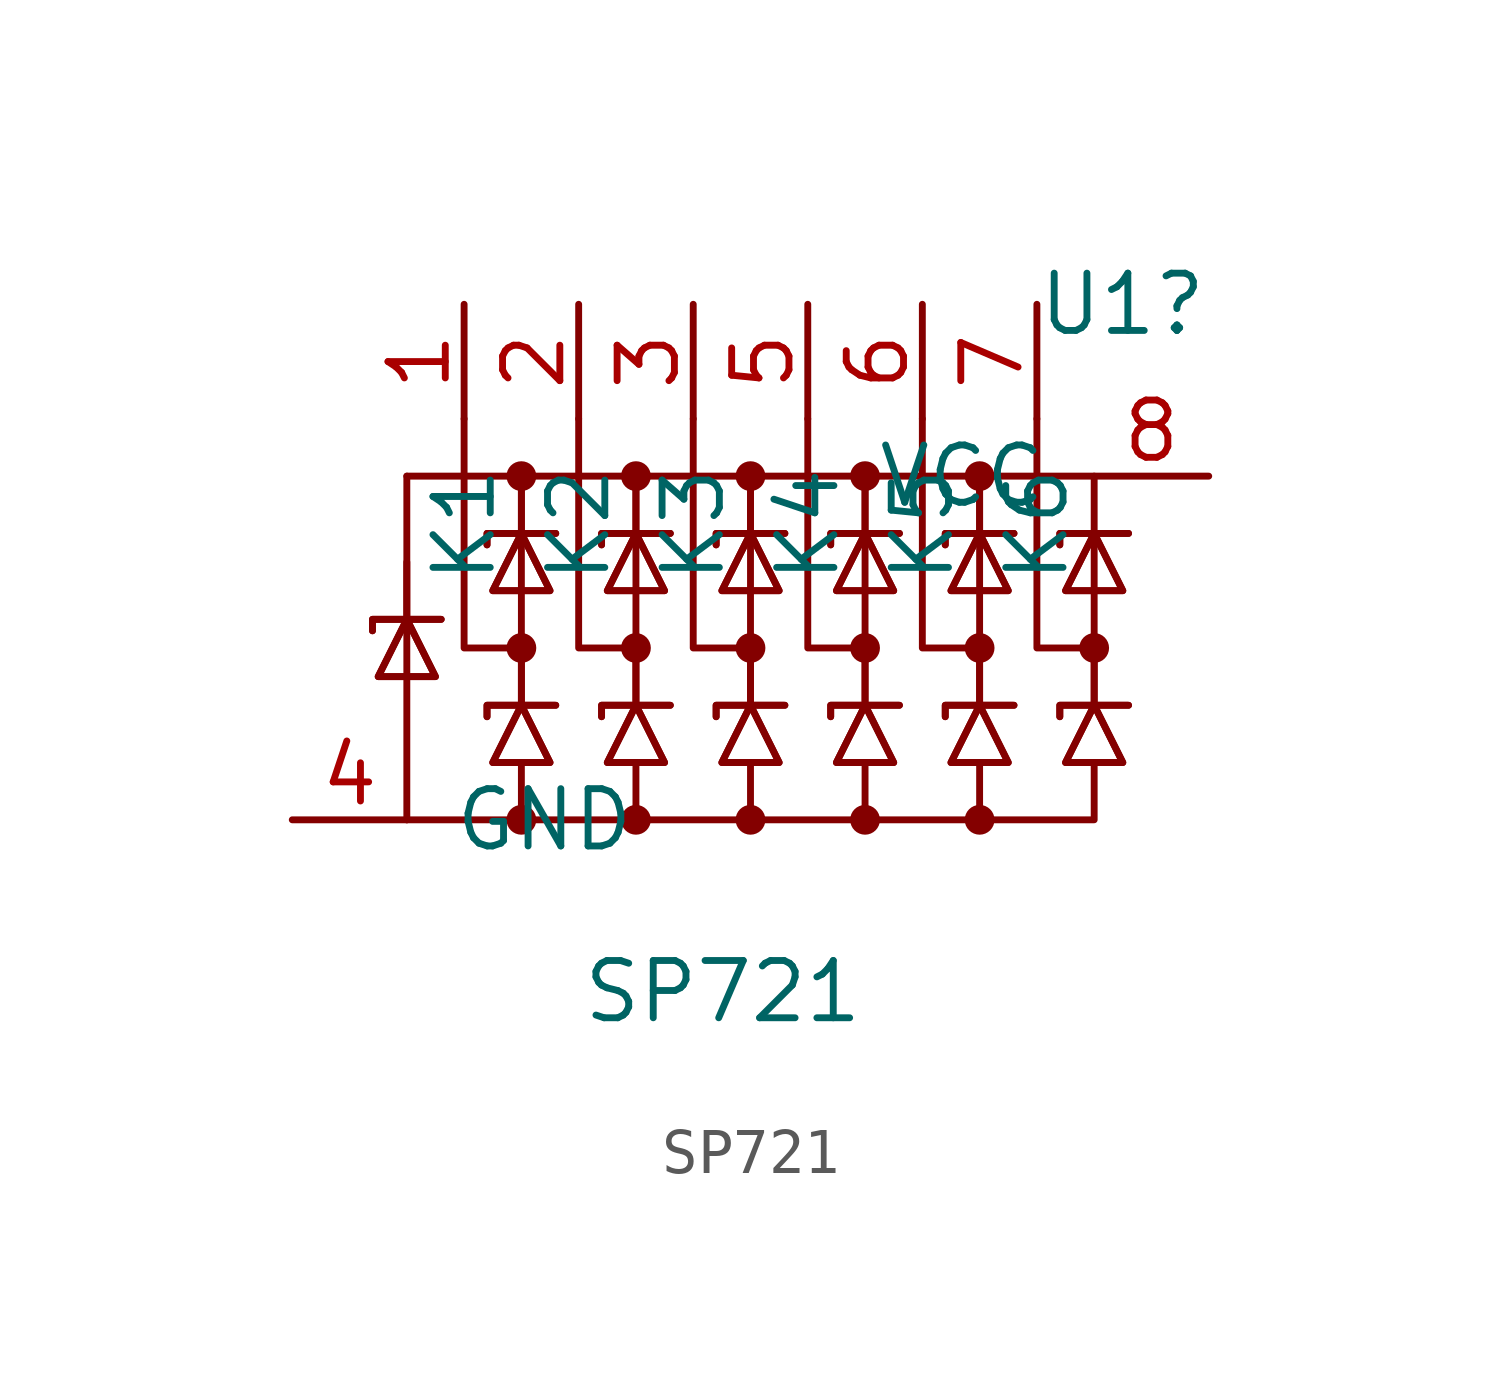
<source format=kicad_sym>
(kicad_symbol_lib
  (version 20220914)
  (generator kicad_symbol_editor)
  (symbol "SP721"
    (pin_names
      (offset 1.016))
    (property "Reference" "U1"
      (at 15.24 -8.89 0)
      (effects (font (size 1.27 1.27)) (justify right)))
    (property "Value" "SP721"
      (at 7.62 -24.13 0)
      (effects (font (size 1.27 1.27)) (justify right)))
    (symbol "SP721_0_1"
      (polyline (pts (xy 0 -19.05) (xy 0 -20.32)) (stroke (width 0) (type default)) (fill (type none)))
      (polyline (pts (xy -2.54 -20.32) (xy 12.7 -20.32) (xy 12.7 -19.05)) (stroke (width 0) (type default)) (fill (type none)))
      (polyline (pts (xy -2.54 -12.7) (xy 12.7 -12.7) (xy 12.7 -13.97)) (stroke (width 0) (type default)) (fill (type none))))
    (symbol "SP721_1_1"
      (circle (center 0 -20.32) (radius 0.254) (stroke (width 0) (type default)) (fill (type outline)))
      (circle (center 0 -16.51) (radius 0.254) (stroke (width 0) (type default)) (fill (type outline)))
      (circle (center 0 -12.7) (radius 0.254) (stroke (width 0) (type default)) (fill (type outline)))
      (polyline (pts (xy -2.54 -15.875) (xy -2.54 -20.32)) (stroke (width 0) (type default)) (fill (type none)))
      (polyline (pts (xy -2.54 -14.605) (xy -2.54 -15.875)) (stroke (width 0) (type default)) (fill (type none)))
      (polyline (pts (xy -2.54 -12.7) (xy -2.54 -15.875)) (stroke (width 0) (type default)) (fill (type none)))
      (polyline (pts (xy 0 -16.51) (xy 0 -17.78)) (stroke (width 0) (type default)) (fill (type none)))
      (polyline (pts (xy 0 -13.97) (xy 0 -17.78)) (stroke (width 0) (type default)) (fill (type none)))
      (polyline (pts (xy 0 -12.7) (xy 0 -13.97)) (stroke (width 0) (type default)) (fill (type none)))
      (polyline (pts (xy 0 -12.7) (xy 0 -13.97)) (stroke (width 0) (type default)) (fill (type none)))
      (polyline (pts (xy 2.54 -19.05) (xy 2.54 -20.32)) (stroke (width 0) (type default)) (fill (type none)))
      (polyline (pts (xy 2.54 -16.51) (xy 2.54 -17.78)) (stroke (width 0) (type default)) (fill (type none)))
      (polyline (pts (xy 2.54 -13.97) (xy 2.54 -17.78)) (stroke (width 0) (type default)) (fill (type none)))
      (polyline (pts (xy 2.54 -12.7) (xy 2.54 -13.97)) (stroke (width 0) (type default)) (fill (type none)))
      (polyline (pts (xy 2.54 -12.7) (xy 2.54 -13.97)) (stroke (width 0) (type default)) (fill (type none)))
      (polyline (pts (xy 5.08 -19.05) (xy 5.08 -20.32)) (stroke (width 0) (type default)) (fill (type none)))
      (polyline (pts (xy 5.08 -16.51) (xy 5.08 -17.78)) (stroke (width 0) (type default)) (fill (type none)))
      (polyline (pts (xy 5.08 -13.97) (xy 5.08 -17.78)) (stroke (width 0) (type default)) (fill (type none)))
      (polyline (pts (xy 5.08 -12.7) (xy 5.08 -13.97)) (stroke (width 0) (type default)) (fill (type none)))
      (polyline (pts (xy 5.08 -12.7) (xy 5.08 -13.97)) (stroke (width 0) (type default)) (fill (type none)))
      (polyline (pts (xy 7.62 -19.05) (xy 7.62 -20.32)) (stroke (width 0) (type default)) (fill (type none)))
      (polyline (pts (xy 7.62 -16.51) (xy 7.62 -17.78)) (stroke (width 0) (type default)) (fill (type none)))
      (polyline (pts (xy 7.62 -13.97) (xy 7.62 -17.78)) (stroke (width 0) (type default)) (fill (type none)))
      (polyline (pts (xy 7.62 -12.7) (xy 7.62 -13.97)) (stroke (width 0) (type default)) (fill (type none)))
      (polyline (pts (xy 7.62 -12.7) (xy 7.62 -13.97)) (stroke (width 0) (type default)) (fill (type none)))
      (polyline (pts (xy 10.16 -19.05) (xy 10.16 -20.32)) (stroke (width 0) (type default)) (fill (type none)))
      (polyline (pts (xy 10.16 -16.51) (xy 10.16 -17.78)) (stroke (width 0) (type default)) (fill (type none)))
      (polyline (pts (xy 10.16 -13.97) (xy 10.16 -17.78)) (stroke (width 0) (type default)) (fill (type none)))
      (polyline (pts (xy 10.16 -12.7) (xy 10.16 -13.97)) (stroke (width 0) (type default)) (fill (type none)))
      (polyline (pts (xy 10.16 -12.7) (xy 10.16 -13.97)) (stroke (width 0) (type default)) (fill (type none)))
      (polyline (pts (xy 12.7 -16.51) (xy 12.7 -17.78)) (stroke (width 0) (type default)) (fill (type none)))
      (polyline (pts (xy 12.7 -13.97) (xy 12.7 -17.78)) (stroke (width 0) (type default)) (fill (type none)))
      (polyline (pts (xy -1.27 -11.43) (xy -1.27 -16.51) (xy 0 -16.51)) (stroke (width 0) (type default)) (fill (type none)))
      (polyline (pts (xy 1.27 -11.43) (xy 1.27 -16.51) (xy 2.54 -16.51)) (stroke (width 0) (type default)) (fill (type none)))
      (polyline (pts (xy 3.81 -11.43) (xy 3.81 -16.51) (xy 5.08 -16.51)) (stroke (width 0) (type default)) (fill (type none)))
      (polyline (pts (xy 6.35 -11.43) (xy 6.35 -16.51) (xy 7.62 -16.51)) (stroke (width 0) (type default)) (fill (type none)))
      (polyline (pts (xy 8.89 -11.43) (xy 8.89 -16.51) (xy 10.16 -16.51)) (stroke (width 0) (type default)) (fill (type none)))
      (polyline (pts (xy 11.43 -11.43) (xy 11.43 -16.51) (xy 12.7 -16.51)) (stroke (width 0) (type default)) (fill (type none)))
      (polyline (pts (xy -3.302 -16.129) (xy -3.302 -15.875) (xy -1.905 -15.875) (xy -1.778 -15.875)) (stroke (width 0) (type default)) (fill (type none)))
      (polyline (pts (xy -3.302 -16.129) (xy -3.302 -15.875) (xy -1.905 -15.875) (xy -1.778 -15.875)) (stroke (width 0) (type default)) (fill (type none)))
      (polyline (pts (xy -2.54 -15.875) (xy -1.905 -17.145) (xy -3.175 -17.145) (xy -2.54 -15.875)) (stroke (width 0) (type default)) (fill (type none)))
      (polyline (pts (xy -2.54 -15.875) (xy -1.905 -17.145) (xy -3.175 -17.145) (xy -2.54 -15.875)) (stroke (width 0) (type default)) (fill (type none)))
      (polyline (pts (xy -0.762 -18.034) (xy -0.762 -17.78) (xy 0.635 -17.78) (xy 0.762 -17.78)) (stroke (width 0) (type default)) (fill (type none)))
      (polyline (pts (xy -0.762 -18.034) (xy -0.762 -17.78) (xy 0.635 -17.78) (xy 0.762 -17.78)) (stroke (width 0) (type default)) (fill (type none)))
      (polyline (pts (xy -0.762 -14.224) (xy -0.762 -13.97) (xy 0.635 -13.97) (xy 0.762 -13.97)) (stroke (width 0) (type default)) (fill (type none)))
      (polyline (pts (xy -0.762 -14.224) (xy -0.762 -13.97) (xy 0.635 -13.97) (xy 0.762 -13.97)) (stroke (width 0) (type default)) (fill (type none)))
      (polyline (pts (xy 0 -17.78) (xy 0.635 -19.05) (xy -0.635 -19.05) (xy 0 -17.78)) (stroke (width 0) (type default)) (fill (type none)))
      (polyline (pts (xy 0 -17.78) (xy 0.635 -19.05) (xy -0.635 -19.05) (xy 0 -17.78)) (stroke (width 0) (type default)) (fill (type none)))
      (polyline (pts (xy 0 -13.97) (xy 0.635 -15.24) (xy -0.635 -15.24) (xy 0 -13.97)) (stroke (width 0) (type default)) (fill (type none)))
      (polyline (pts (xy 0 -13.97) (xy 0.635 -15.24) (xy -0.635 -15.24) (xy 0 -13.97)) (stroke (width 0) (type default)) (fill (type none)))
      (polyline (pts (xy 1.778 -18.034) (xy 1.778 -17.78) (xy 3.175 -17.78) (xy 3.302 -17.78)) (stroke (width 0) (type default)) (fill (type none)))
      (polyline (pts (xy 1.778 -18.034) (xy 1.778 -17.78) (xy 3.175 -17.78) (xy 3.302 -17.78)) (stroke (width 0) (type default)) (fill (type none)))
      (polyline (pts (xy 1.778 -14.224) (xy 1.778 -13.97) (xy 3.175 -13.97) (xy 3.302 -13.97)) (stroke (width 0) (type default)) (fill (type none)))
      (polyline (pts (xy 1.778 -14.224) (xy 1.778 -13.97) (xy 3.175 -13.97) (xy 3.302 -13.97)) (stroke (width 0) (type default)) (fill (type none)))
      (polyline (pts (xy 2.54 -17.78) (xy 3.175 -19.05) (xy 1.905 -19.05) (xy 2.54 -17.78)) (stroke (width 0) (type default)) (fill (type none)))
      (polyline (pts (xy 2.54 -17.78) (xy 3.175 -19.05) (xy 1.905 -19.05) (xy 2.54 -17.78)) (stroke (width 0) (type default)) (fill (type none)))
      (polyline (pts (xy 2.54 -13.97) (xy 3.175 -15.24) (xy 1.905 -15.24) (xy 2.54 -13.97)) (stroke (width 0) (type default)) (fill (type none)))
      (polyline (pts (xy 2.54 -13.97) (xy 3.175 -15.24) (xy 1.905 -15.24) (xy 2.54 -13.97)) (stroke (width 0) (type default)) (fill (type none)))
      (polyline (pts (xy 4.318 -18.034) (xy 4.318 -17.78) (xy 5.715 -17.78) (xy 5.842 -17.78)) (stroke (width 0) (type default)) (fill (type none)))
      (polyline (pts (xy 4.318 -18.034) (xy 4.318 -17.78) (xy 5.715 -17.78) (xy 5.842 -17.78)) (stroke (width 0) (type default)) (fill (type none)))
      (polyline (pts (xy 4.318 -14.224) (xy 4.318 -13.97) (xy 5.715 -13.97) (xy 5.842 -13.97)) (stroke (width 0) (type default)) (fill (type none)))
      (polyline (pts (xy 4.318 -14.224) (xy 4.318 -13.97) (xy 5.715 -13.97) (xy 5.842 -13.97)) (stroke (width 0) (type default)) (fill (type none)))
      (polyline (pts (xy 5.08 -17.78) (xy 5.715 -19.05) (xy 4.445 -19.05) (xy 5.08 -17.78)) (stroke (width 0) (type default)) (fill (type none)))
      (polyline (pts (xy 5.08 -17.78) (xy 5.715 -19.05) (xy 4.445 -19.05) (xy 5.08 -17.78)) (stroke (width 0) (type default)) (fill (type none)))
      (polyline (pts (xy 5.08 -13.97) (xy 5.715 -15.24) (xy 4.445 -15.24) (xy 5.08 -13.97)) (stroke (width 0) (type default)) (fill (type none)))
      (polyline (pts (xy 5.08 -13.97) (xy 5.715 -15.24) (xy 4.445 -15.24) (xy 5.08 -13.97)) (stroke (width 0) (type default)) (fill (type none)))
      (polyline (pts (xy 6.858 -18.034) (xy 6.858 -17.78) (xy 8.255 -17.78) (xy 8.382 -17.78)) (stroke (width 0) (type default)) (fill (type none)))
      (polyline (pts (xy 6.858 -18.034) (xy 6.858 -17.78) (xy 8.255 -17.78) (xy 8.382 -17.78)) (stroke (width 0) (type default)) (fill (type none)))
      (polyline (pts (xy 6.858 -14.224) (xy 6.858 -13.97) (xy 8.255 -13.97) (xy 8.382 -13.97)) (stroke (width 0) (type default)) (fill (type none)))
      (polyline (pts (xy 6.858 -14.224) (xy 6.858 -13.97) (xy 8.255 -13.97) (xy 8.382 -13.97)) (stroke (width 0) (type default)) (fill (type none)))
      (polyline (pts (xy 7.62 -17.78) (xy 8.255 -19.05) (xy 6.985 -19.05) (xy 7.62 -17.78)) (stroke (width 0) (type default)) (fill (type none)))
      (polyline (pts (xy 7.62 -17.78) (xy 8.255 -19.05) (xy 6.985 -19.05) (xy 7.62 -17.78)) (stroke (width 0) (type default)) (fill (type none)))
      (polyline (pts (xy 7.62 -13.97) (xy 8.255 -15.24) (xy 6.985 -15.24) (xy 7.62 -13.97)) (stroke (width 0) (type default)) (fill (type none)))
      (polyline (pts (xy 7.62 -13.97) (xy 8.255 -15.24) (xy 6.985 -15.24) (xy 7.62 -13.97)) (stroke (width 0) (type default)) (fill (type none)))
      (polyline (pts (xy 9.398 -18.034) (xy 9.398 -17.78) (xy 10.795 -17.78) (xy 10.922 -17.78)) (stroke (width 0) (type default)) (fill (type none)))
      (polyline (pts (xy 9.398 -18.034) (xy 9.398 -17.78) (xy 10.795 -17.78) (xy 10.922 -17.78)) (stroke (width 0) (type default)) (fill (type none)))
      (polyline (pts (xy 9.398 -14.224) (xy 9.398 -13.97) (xy 10.795 -13.97) (xy 10.922 -13.97)) (stroke (width 0) (type default)) (fill (type none)))
      (polyline (pts (xy 9.398 -14.224) (xy 9.398 -13.97) (xy 10.795 -13.97) (xy 10.922 -13.97)) (stroke (width 0) (type default)) (fill (type none)))
      (polyline (pts (xy 10.16 -17.78) (xy 10.795 -19.05) (xy 9.525 -19.05) (xy 10.16 -17.78)) (stroke (width 0) (type default)) (fill (type none)))
      (polyline (pts (xy 10.16 -17.78) (xy 10.795 -19.05) (xy 9.525 -19.05) (xy 10.16 -17.78)) (stroke (width 0) (type default)) (fill (type none)))
      (polyline (pts (xy 10.16 -13.97) (xy 10.795 -15.24) (xy 9.525 -15.24) (xy 10.16 -13.97)) (stroke (width 0) (type default)) (fill (type none)))
      (polyline (pts (xy 10.16 -13.97) (xy 10.795 -15.24) (xy 9.525 -15.24) (xy 10.16 -13.97)) (stroke (width 0) (type default)) (fill (type none)))
      (polyline (pts (xy 11.938 -18.034) (xy 11.938 -17.78) (xy 13.335 -17.78) (xy 13.462 -17.78)) (stroke (width 0) (type default)) (fill (type none)))
      (polyline (pts (xy 11.938 -18.034) (xy 11.938 -17.78) (xy 13.335 -17.78) (xy 13.462 -17.78)) (stroke (width 0) (type default)) (fill (type none)))
      (polyline (pts (xy 11.938 -14.224) (xy 11.938 -13.97) (xy 13.335 -13.97) (xy 13.462 -13.97)) (stroke (width 0) (type default)) (fill (type none)))
      (polyline (pts (xy 11.938 -14.224) (xy 11.938 -13.97) (xy 13.335 -13.97) (xy 13.462 -13.97)) (stroke (width 0) (type default)) (fill (type none)))
      (polyline (pts (xy 12.7 -17.78) (xy 13.335 -19.05) (xy 12.065 -19.05) (xy 12.7 -17.78)) (stroke (width 0) (type default)) (fill (type none)))
      (polyline (pts (xy 12.7 -17.78) (xy 13.335 -19.05) (xy 12.065 -19.05) (xy 12.7 -17.78)) (stroke (width 0) (type default)) (fill (type none)))
      (polyline (pts (xy 12.7 -13.97) (xy 13.335 -15.24) (xy 12.065 -15.24) (xy 12.7 -13.97)) (stroke (width 0) (type default)) (fill (type none)))
      (polyline (pts (xy 12.7 -13.97) (xy 13.335 -15.24) (xy 12.065 -15.24) (xy 12.7 -13.97)) (stroke (width 0) (type default)) (fill (type none)))
      (circle (center 2.54 -20.32) (radius 0.254) (stroke (width 0) (type default)) (fill (type outline)))
      (circle (center 2.54 -16.51) (radius 0.254) (stroke (width 0) (type default)) (fill (type outline)))
      (circle (center 2.54 -12.7) (radius 0.254) (stroke (width 0) (type default)) (fill (type outline)))
      (circle (center 5.08 -20.32) (radius 0.254) (stroke (width 0) (type default)) (fill (type outline)))
      (circle (center 5.08 -16.51) (radius 0.254) (stroke (width 0) (type default)) (fill (type outline)))
      (circle (center 5.08 -12.7) (radius 0.254) (stroke (width 0) (type default)) (fill (type outline)))
      (circle (center 7.62 -20.32) (radius 0.254) (stroke (width 0) (type default)) (fill (type outline)))
      (circle (center 7.62 -16.51) (radius 0.254) (stroke (width 0) (type default)) (fill (type outline)))
      (circle (center 7.62 -12.7) (radius 0.254) (stroke (width 0) (type default)) (fill (type outline)))
      (circle (center 10.16 -20.32) (radius 0.254) (stroke (width 0) (type default)) (fill (type outline)))
      (circle (center 10.16 -16.51) (radius 0.254) (stroke (width 0) (type default)) (fill (type outline)))
      (circle (center 10.16 -12.7) (radius 0.254) (stroke (width 0) (type default)) (fill (type outline)))
      (circle (center 12.7 -16.51) (radius 0.254) (stroke (width 0) (type default)) (fill (type outline)))
      (pin passive line (at -1.27 -8.89 270) (length 2.54) (name "K1" (effects (font (size 1.27 1.27)))) (number "1" (effects (font (size 1.27 1.27)))))
      (pin passive line (at 1.27 -8.89 270) (length 2.54) (name "K2" (effects (font (size 1.27 1.27)))) (number "2" (effects (font (size 1.27 1.27)))))
      (pin passive line (at 3.81 -8.89 270) (length 2.54) (name "K3" (effects (font (size 1.27 1.27)))) (number "3" (effects (font (size 1.27 1.27)))))
      (pin passive line (at -5.08 -20.32 0) (length 2.54) (name "GND" (effects (font (size 1.27 1.27)))) (number "4" (effects (font (size 1.27 1.27)))))
      (pin passive line (at 6.35 -8.89 270) (length 2.54) (name "K4" (effects (font (size 1.27 1.27)))) (number "5" (effects (font (size 1.27 1.27)))))
      (pin passive line (at 8.89 -8.89 270) (length 2.54) (name "K5" (effects (font (size 1.27 1.27)))) (number "6" (effects (font (size 1.27 1.27)))))
      (pin passive line (at 11.43 -8.89 270) (length 2.54) (name "K6" (effects (font (size 1.27 1.27)))) (number "7" (effects (font (size 1.27 1.27)))))
      (pin passive line (at 15.24 -12.7 180) (length 2.54) (name "VCC" (effects (font (size 1.27 1.27)))) (number "8" (effects (font (size 1.27 1.27))))))))
</source>
